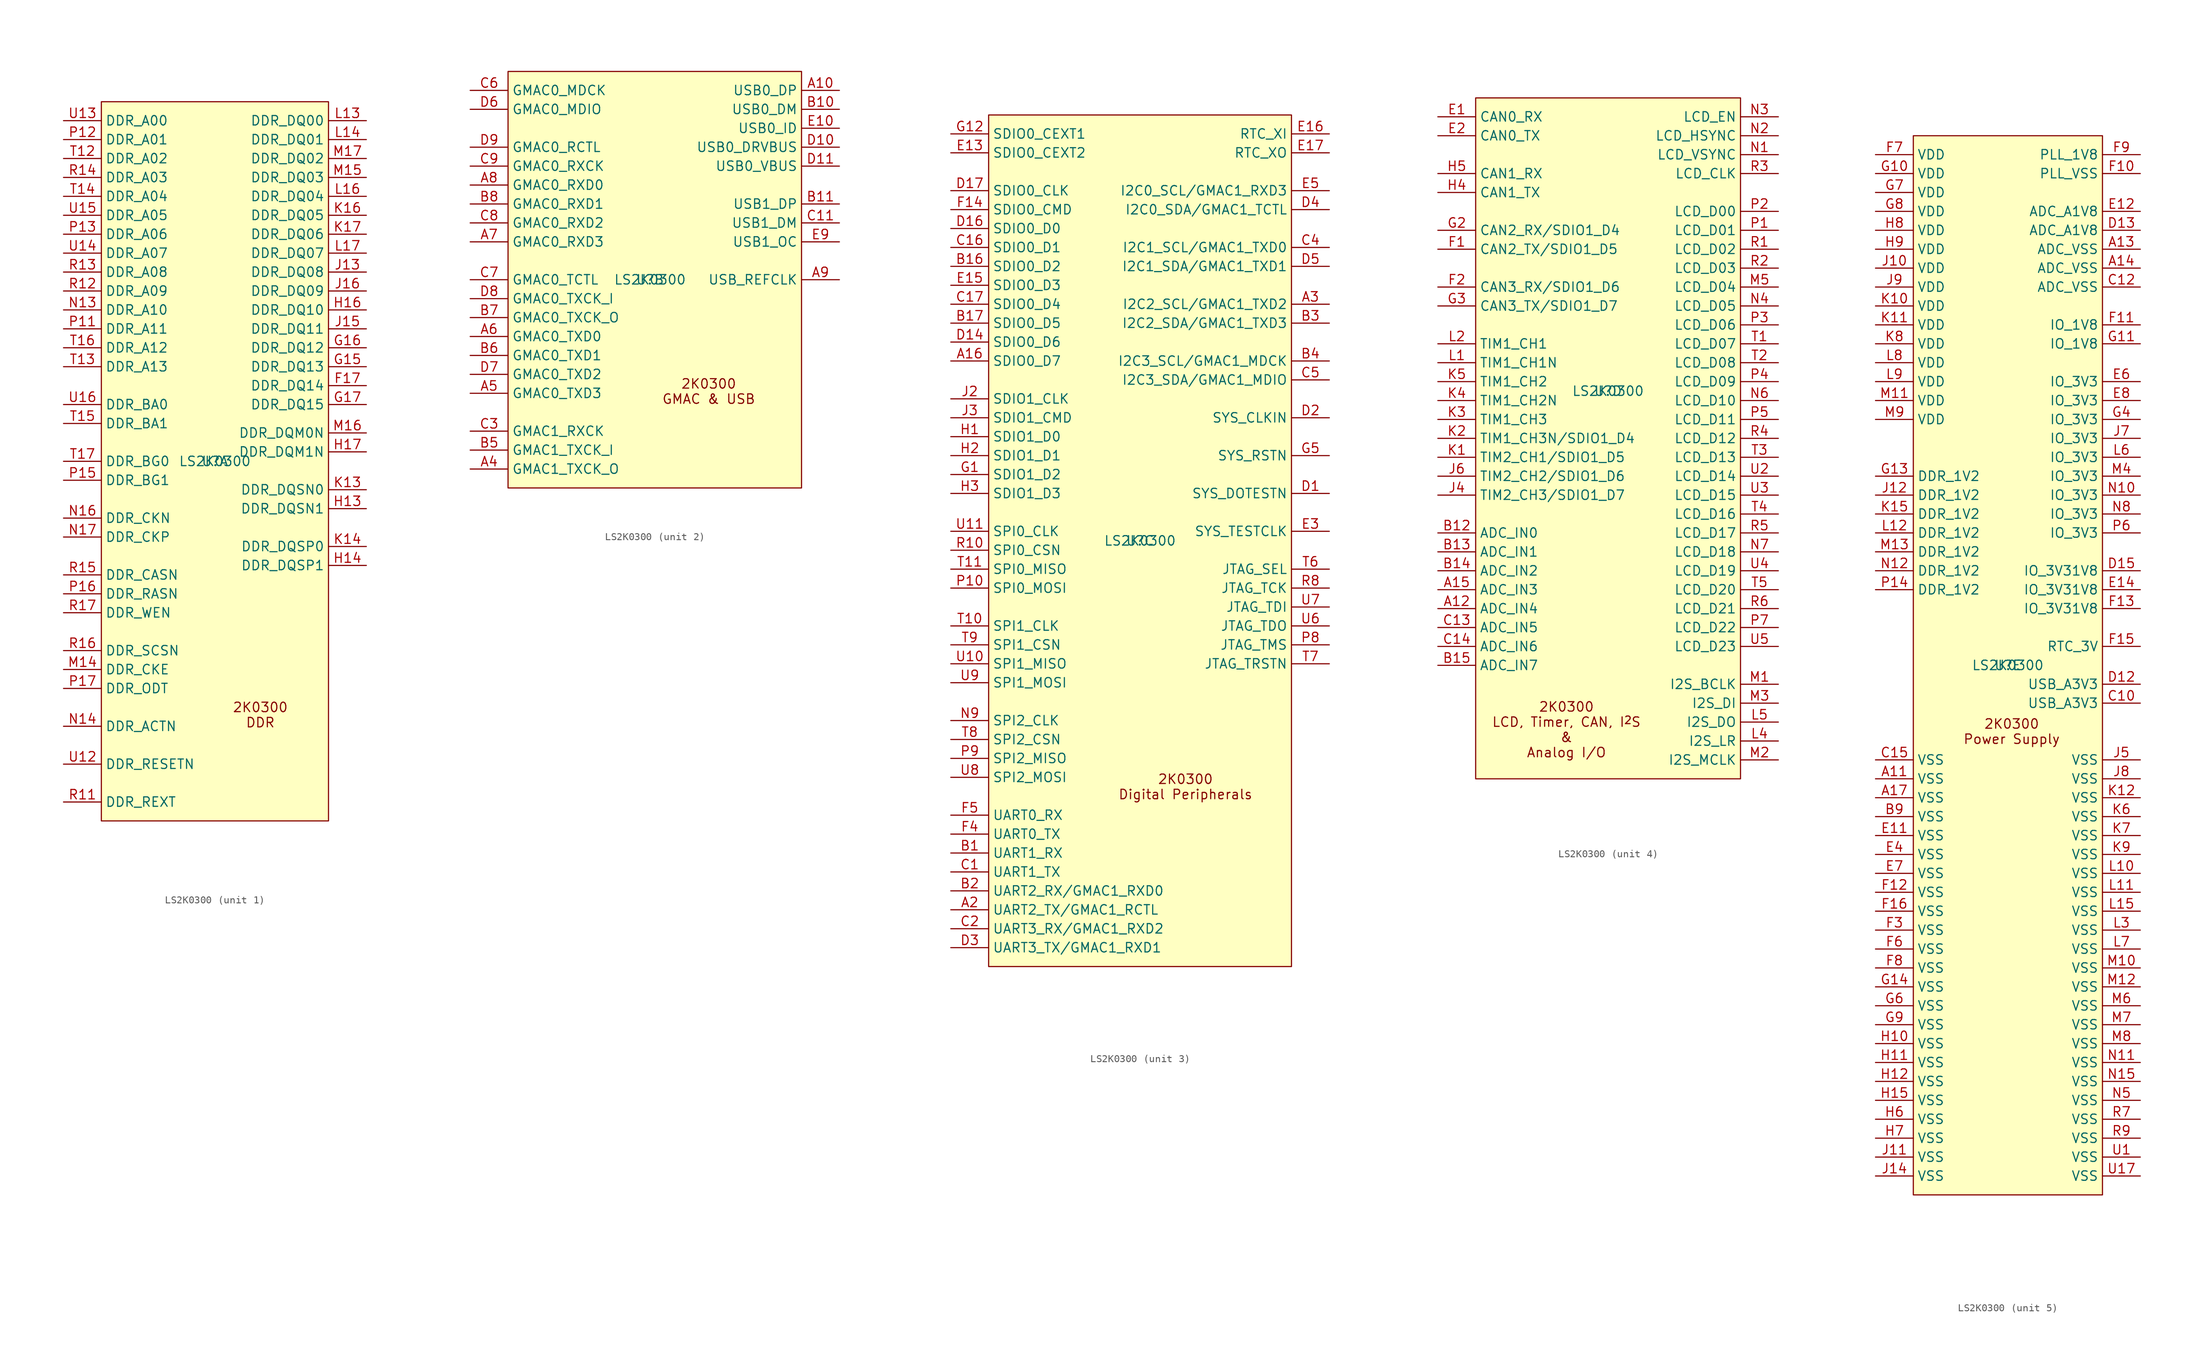
<source format=kicad_sym>
(kicad_symbol_lib
  (version 20231120)
  (generator "kicad_symbol_editor")
  (generator_version "8.0")
  (symbol "LS2K0300"
    (property "Reference" "U"
      (at 0 0 0)
      (effects (font (size 1.27 1.27))))
    (property "Value" "LS2K0300"
      (at 0 0 0)
      (do_not_autoplace)
      (effects (font (size 1.27 1.27))))
    (property "ki_locked" ""
      (at 0 0 0)
      (effects (font (size 1.27 1.27))))
    (symbol "LS2K0300_1_1"
      (rectangle (start -15.24 48.26) (end 15.24 -48.26) (stroke (width 0) (type default)) (fill (type background)))
      (text "2K0300\nDDR" (at 6.096 -34.036 0) (effects (font (size 1.27 1.27))))
      (pin input line (at 20.32 10.16 180) (length 5.08) (name "DDR_DQ14" (effects (font (size 1.27 1.27)))) (number "F17" (effects (font (size 1.27 1.27)))))
      (pin input line (at 20.32 12.7 180) (length 5.08) (name "DDR_DQ13" (effects (font (size 1.27 1.27)))) (number "G15" (effects (font (size 1.27 1.27)))))
      (pin input line (at 20.32 15.24 180) (length 5.08) (name "DDR_DQ12" (effects (font (size 1.27 1.27)))) (number "G16" (effects (font (size 1.27 1.27)))))
      (pin input line (at 20.32 7.62 180) (length 5.08) (name "DDR_DQ15" (effects (font (size 1.27 1.27)))) (number "G17" (effects (font (size 1.27 1.27)))))
      (pin input line (at 20.32 -6.35 180) (length 5.08) (name "DDR_DQSN1" (effects (font (size 1.27 1.27)))) (number "H13" (effects (font (size 1.27 1.27)))))
      (pin input line (at 20.32 -13.97 180) (length 5.08) (name "DDR_DQSP1" (effects (font (size 1.27 1.27)))) (number "H14" (effects (font (size 1.27 1.27)))))
      (pin input line (at 20.32 20.32 180) (length 5.08) (name "DDR_DQ10" (effects (font (size 1.27 1.27)))) (number "H16" (effects (font (size 1.27 1.27)))))
      (pin input line (at 20.32 1.27 180) (length 5.08) (name "DDR_DQM1N" (effects (font (size 1.27 1.27)))) (number "H17" (effects (font (size 1.27 1.27)))))
      (pin input line (at 20.32 25.4 180) (length 5.08) (name "DDR_DQ08" (effects (font (size 1.27 1.27)))) (number "J13" (effects (font (size 1.27 1.27)))))
      (pin input line (at 20.32 17.78 180) (length 5.08) (name "DDR_DQ11" (effects (font (size 1.27 1.27)))) (number "J15" (effects (font (size 1.27 1.27)))))
      (pin input line (at 20.32 22.86 180) (length 5.08) (name "DDR_DQ09" (effects (font (size 1.27 1.27)))) (number "J16" (effects (font (size 1.27 1.27)))))
      (pin input line (at 20.32 -3.81 180) (length 5.08) (name "DDR_DQSN0" (effects (font (size 1.27 1.27)))) (number "K13" (effects (font (size 1.27 1.27)))))
      (pin input line (at 20.32 -11.43 180) (length 5.08) (name "DDR_DQSP0" (effects (font (size 1.27 1.27)))) (number "K14" (effects (font (size 1.27 1.27)))))
      (pin input line (at 20.32 33.02 180) (length 5.08) (name "DDR_DQ05" (effects (font (size 1.27 1.27)))) (number "K16" (effects (font (size 1.27 1.27)))))
      (pin input line (at 20.32 30.48 180) (length 5.08) (name "DDR_DQ06" (effects (font (size 1.27 1.27)))) (number "K17" (effects (font (size 1.27 1.27)))))
      (pin input line (at 20.32 45.72 180) (length 5.08) (name "DDR_DQ00" (effects (font (size 1.27 1.27)))) (number "L13" (effects (font (size 1.27 1.27)))))
      (pin input line (at 20.32 43.18 180) (length 5.08) (name "DDR_DQ01" (effects (font (size 1.27 1.27)))) (number "L14" (effects (font (size 1.27 1.27)))))
      (pin input line (at 20.32 35.56 180) (length 5.08) (name "DDR_DQ04" (effects (font (size 1.27 1.27)))) (number "L16" (effects (font (size 1.27 1.27)))))
      (pin input line (at 20.32 27.94 180) (length 5.08) (name "DDR_DQ07" (effects (font (size 1.27 1.27)))) (number "L17" (effects (font (size 1.27 1.27)))))
      (pin input line (at -20.32 -27.94 0) (length 5.08) (name "DDR_CKE" (effects (font (size 1.27 1.27)))) (number "M14" (effects (font (size 1.27 1.27)))))
      (pin input line (at 20.32 38.1 180) (length 5.08) (name "DDR_DQ03" (effects (font (size 1.27 1.27)))) (number "M15" (effects (font (size 1.27 1.27)))))
      (pin input line (at 20.32 3.81 180) (length 5.08) (name "DDR_DQM0N" (effects (font (size 1.27 1.27)))) (number "M16" (effects (font (size 1.27 1.27)))))
      (pin input line (at 20.32 40.64 180) (length 5.08) (name "DDR_DQ02" (effects (font (size 1.27 1.27)))) (number "M17" (effects (font (size 1.27 1.27)))))
      (pin input line (at -20.32 20.32 0) (length 5.08) (name "DDR_A10" (effects (font (size 1.27 1.27)))) (number "N13" (effects (font (size 1.27 1.27)))))
      (pin input line (at -20.32 -35.56 0) (length 5.08) (name "DDR_ACTN" (effects (font (size 1.27 1.27)))) (number "N14" (effects (font (size 1.27 1.27)))))
      (pin input line (at -20.32 -7.62 0) (length 5.08) (name "DDR_CKN" (effects (font (size 1.27 1.27)))) (number "N16" (effects (font (size 1.27 1.27)))))
      (pin input line (at -20.32 -10.16 0) (length 5.08) (name "DDR_CKP" (effects (font (size 1.27 1.27)))) (number "N17" (effects (font (size 1.27 1.27)))))
      (pin input line (at -20.32 17.78 0) (length 5.08) (name "DDR_A11" (effects (font (size 1.27 1.27)))) (number "P11" (effects (font (size 1.27 1.27)))))
      (pin input line (at -20.32 43.18 0) (length 5.08) (name "DDR_A01" (effects (font (size 1.27 1.27)))) (number "P12" (effects (font (size 1.27 1.27)))))
      (pin input line (at -20.32 30.48 0) (length 5.08) (name "DDR_A06" (effects (font (size 1.27 1.27)))) (number "P13" (effects (font (size 1.27 1.27)))))
      (pin input line (at -20.32 -2.54 0) (length 5.08) (name "DDR_BG1" (effects (font (size 1.27 1.27)))) (number "P15" (effects (font (size 1.27 1.27)))))
      (pin input line (at -20.32 -17.78 0) (length 5.08) (name "DDR_RASN" (effects (font (size 1.27 1.27)))) (number "P16" (effects (font (size 1.27 1.27)))))
      (pin input line (at -20.32 -30.48 0) (length 5.08) (name "DDR_ODT" (effects (font (size 1.27 1.27)))) (number "P17" (effects (font (size 1.27 1.27)))))
      (pin input line (at -20.32 -45.72 0) (length 5.08) (name "DDR_REXT" (effects (font (size 1.27 1.27)))) (number "R11" (effects (font (size 1.27 1.27)))))
      (pin input line (at -20.32 22.86 0) (length 5.08) (name "DDR_A09" (effects (font (size 1.27 1.27)))) (number "R12" (effects (font (size 1.27 1.27)))))
      (pin input line (at -20.32 25.4 0) (length 5.08) (name "DDR_A08" (effects (font (size 1.27 1.27)))) (number "R13" (effects (font (size 1.27 1.27)))))
      (pin input line (at -20.32 38.1 0) (length 5.08) (name "DDR_A03" (effects (font (size 1.27 1.27)))) (number "R14" (effects (font (size 1.27 1.27)))))
      (pin input line (at -20.32 -15.24 0) (length 5.08) (name "DDR_CASN" (effects (font (size 1.27 1.27)))) (number "R15" (effects (font (size 1.27 1.27)))))
      (pin input line (at -20.32 -25.4 0) (length 5.08) (name "DDR_SCSN" (effects (font (size 1.27 1.27)))) (number "R16" (effects (font (size 1.27 1.27)))))
      (pin input line (at -20.32 -20.32 0) (length 5.08) (name "DDR_WEN" (effects (font (size 1.27 1.27)))) (number "R17" (effects (font (size 1.27 1.27)))))
      (pin input line (at -20.32 40.64 0) (length 5.08) (name "DDR_A02" (effects (font (size 1.27 1.27)))) (number "T12" (effects (font (size 1.27 1.27)))))
      (pin input line (at -20.32 12.7 0) (length 5.08) (name "DDR_A13" (effects (font (size 1.27 1.27)))) (number "T13" (effects (font (size 1.27 1.27)))))
      (pin input line (at -20.32 35.56 0) (length 5.08) (name "DDR_A04" (effects (font (size 1.27 1.27)))) (number "T14" (effects (font (size 1.27 1.27)))))
      (pin input line (at -20.32 5.08 0) (length 5.08) (name "DDR_BA1" (effects (font (size 1.27 1.27)))) (number "T15" (effects (font (size 1.27 1.27)))))
      (pin input line (at -20.32 15.24 0) (length 5.08) (name "DDR_A12" (effects (font (size 1.27 1.27)))) (number "T16" (effects (font (size 1.27 1.27)))))
      (pin input line (at -20.32 0 0) (length 5.08) (name "DDR_BG0" (effects (font (size 1.27 1.27)))) (number "T17" (effects (font (size 1.27 1.27)))))
      (pin input line (at -20.32 -40.64 0) (length 5.08) (name "DDR_RESETN" (effects (font (size 1.27 1.27)))) (number "U12" (effects (font (size 1.27 1.27)))))
      (pin input line (at -20.32 45.72 0) (length 5.08) (name "DDR_A00" (effects (font (size 1.27 1.27)))) (number "U13" (effects (font (size 1.27 1.27)))))
      (pin input line (at -20.32 27.94 0) (length 5.08) (name "DDR_A07" (effects (font (size 1.27 1.27)))) (number "U14" (effects (font (size 1.27 1.27)))))
      (pin input line (at -20.32 33.02 0) (length 5.08) (name "DDR_A05" (effects (font (size 1.27 1.27)))) (number "U15" (effects (font (size 1.27 1.27)))))
      (pin input line (at -20.32 7.62 0) (length 5.08) (name "DDR_BA0" (effects (font (size 1.27 1.27)))) (number "U16" (effects (font (size 1.27 1.27))))))
    (symbol "LS2K0300_2_1"
      (rectangle (start -19.05 27.94) (end 20.32 -27.94) (stroke (width 0) (type default)) (fill (type background)))
      (text "2K0300\nGMAC & USB" (at 7.874 -14.986 0) (effects (font (size 1.27 1.27))))
      (pin bidirectional line (at 25.4 25.4 180) (length 5.08) (name "USB0_DP" (effects (font (size 1.27 1.27)))) (number "A10" (effects (font (size 1.27 1.27)))))
      (pin output line (at -24.13 -25.4 0) (length 5.08) (name "GMAC1_TXCK_O" (effects (font (size 1.27 1.27)))) (number "A4" (effects (font (size 1.27 1.27)))))
      (pin output line (at -24.13 -15.24 0) (length 5.08) (name "GMAC0_TXD3" (effects (font (size 1.27 1.27)))) (number "A5" (effects (font (size 1.27 1.27)))))
      (pin output line (at -24.13 -7.62 0) (length 5.08) (name "GMAC0_TXD0" (effects (font (size 1.27 1.27)))) (number "A6" (effects (font (size 1.27 1.27)))))
      (pin input line (at -24.13 5.08 0) (length 5.08) (name "GMAC0_RXD3" (effects (font (size 1.27 1.27)))) (number "A7" (effects (font (size 1.27 1.27)))))
      (pin input line (at -24.13 12.7 0) (length 5.08) (name "GMAC0_RXD0" (effects (font (size 1.27 1.27)))) (number "A8" (effects (font (size 1.27 1.27)))))
      (pin input line (at 25.4 0 180) (length 5.08) (name "USB_REFCLK" (effects (font (size 1.27 1.27)))) (number "A9" (effects (font (size 1.27 1.27)))))
      (pin bidirectional line (at 25.4 22.86 180) (length 5.08) (name "USB0_DM" (effects (font (size 1.27 1.27)))) (number "B10" (effects (font (size 1.27 1.27)))))
      (pin bidirectional line (at 25.4 10.16 180) (length 5.08) (name "USB1_DP" (effects (font (size 1.27 1.27)))) (number "B11" (effects (font (size 1.27 1.27)))))
      (pin output line (at -24.13 -22.86 0) (length 5.08) (name "GMAC1_TXCK_I" (effects (font (size 1.27 1.27)))) (number "B5" (effects (font (size 1.27 1.27)))))
      (pin output line (at -24.13 -10.16 0) (length 5.08) (name "GMAC0_TXD1" (effects (font (size 1.27 1.27)))) (number "B6" (effects (font (size 1.27 1.27)))))
      (pin output line (at -24.13 -5.08 0) (length 5.08) (name "GMAC0_TXCK_O" (effects (font (size 1.27 1.27)))) (number "B7" (effects (font (size 1.27 1.27)))))
      (pin input line (at -24.13 10.16 0) (length 5.08) (name "GMAC0_RXD1" (effects (font (size 1.27 1.27)))) (number "B8" (effects (font (size 1.27 1.27)))))
      (pin bidirectional line (at 25.4 7.62 180) (length 5.08) (name "USB1_DM" (effects (font (size 1.27 1.27)))) (number "C11" (effects (font (size 1.27 1.27)))))
      (pin input line (at -24.13 -20.32 0) (length 5.08) (name "GMAC1_RXCK" (effects (font (size 1.27 1.27)))) (number "C3" (effects (font (size 1.27 1.27)))))
      (pin input line (at -24.13 25.4 0) (length 5.08) (name "GMAC0_MDCK" (effects (font (size 1.27 1.27)))) (number "C6" (effects (font (size 1.27 1.27)))))
      (pin output line (at -24.13 0 0) (length 5.08) (name "GMAC0_TCTL" (effects (font (size 1.27 1.27)))) (number "C7" (effects (font (size 1.27 1.27)))))
      (pin input line (at -24.13 7.62 0) (length 5.08) (name "GMAC0_RXD2" (effects (font (size 1.27 1.27)))) (number "C8" (effects (font (size 1.27 1.27)))))
      (pin input line (at -24.13 15.24 0) (length 5.08) (name "GMAC0_RXCK" (effects (font (size 1.27 1.27)))) (number "C9" (effects (font (size 1.27 1.27)))))
      (pin power_out line (at 25.4 17.78 180) (length 5.08) (name "USB0_DRVBUS" (effects (font (size 1.27 1.27)))) (number "D10" (effects (font (size 1.27 1.27)))))
      (pin power_in line (at 25.4 15.24 180) (length 5.08) (name "USB0_VBUS" (effects (font (size 1.27 1.27)))) (number "D11" (effects (font (size 1.27 1.27)))))
      (pin bidirectional line (at -24.13 22.86 0) (length 5.08) (name "GMAC0_MDIO" (effects (font (size 1.27 1.27)))) (number "D6" (effects (font (size 1.27 1.27)))))
      (pin output line (at -24.13 -12.7 0) (length 5.08) (name "GMAC0_TXD2" (effects (font (size 1.27 1.27)))) (number "D7" (effects (font (size 1.27 1.27)))))
      (pin input line (at -24.13 -2.54 0) (length 5.08) (name "GMAC0_TXCK_I" (effects (font (size 1.27 1.27)))) (number "D8" (effects (font (size 1.27 1.27)))))
      (pin input line (at -24.13 17.78 0) (length 5.08) (name "GMAC0_RCTL" (effects (font (size 1.27 1.27)))) (number "D9" (effects (font (size 1.27 1.27)))))
      (pin input line (at 25.4 20.32 180) (length 5.08) (name "USB0_ID" (effects (font (size 1.27 1.27)))) (number "E10" (effects (font (size 1.27 1.27)))))
      (pin input line (at 25.4 5.08 180) (length 5.08) (name "USB1_OC" (effects (font (size 1.27 1.27)))) (number "E9" (effects (font (size 1.27 1.27))))))
    (symbol "LS2K0300_3_1"
      (rectangle (start -20.32 57.15) (end 20.32 -57.15) (stroke (width 0) (type default)) (fill (type background)))
      (text "2K0300\nDigital Peripherals" (at 6.096 -33.02 0) (effects (font (size 1.27 1.27))))
      (pin input line (at -25.4 24.13 0) (length 5.08) (name "SDIO0_D7" (effects (font (size 1.27 1.27)))) (number "A16" (effects (font (size 1.27 1.27)))))
      (pin input line (at -25.4 -49.53 0) (length 5.08) (name "UART2_TX/GMAC1_RCTL" (effects (font (size 1.27 1.27)))) (number "A2" (effects (font (size 1.27 1.27)))))
      (pin input line (at 25.4 31.75 180) (length 5.08) (name "I2C2_SCL/GMAC1_TXD2" (effects (font (size 1.27 1.27)))) (number "A3" (effects (font (size 1.27 1.27)))))
      (pin input line (at -25.4 -41.91 0) (length 5.08) (name "UART1_RX" (effects (font (size 1.27 1.27)))) (number "B1" (effects (font (size 1.27 1.27)))))
      (pin input line (at -25.4 36.83 0) (length 5.08) (name "SDIO0_D2" (effects (font (size 1.27 1.27)))) (number "B16" (effects (font (size 1.27 1.27)))))
      (pin input line (at -25.4 29.21 0) (length 5.08) (name "SDIO0_D5" (effects (font (size 1.27 1.27)))) (number "B17" (effects (font (size 1.27 1.27)))))
      (pin input line (at -25.4 -46.99 0) (length 5.08) (name "UART2_RX/GMAC1_RXD0" (effects (font (size 1.27 1.27)))) (number "B2" (effects (font (size 1.27 1.27)))))
      (pin input line (at 25.4 29.21 180) (length 5.08) (name "I2C2_SDA/GMAC1_TXD3" (effects (font (size 1.27 1.27)))) (number "B3" (effects (font (size 1.27 1.27)))))
      (pin input line (at 25.4 24.13 180) (length 5.08) (name "I2C3_SCL/GMAC1_MDCK" (effects (font (size 1.27 1.27)))) (number "B4" (effects (font (size 1.27 1.27)))))
      (pin output line (at -25.4 -44.45 0) (length 5.08) (name "UART1_TX" (effects (font (size 1.27 1.27)))) (number "C1" (effects (font (size 1.27 1.27)))))
      (pin input line (at -25.4 39.37 0) (length 5.08) (name "SDIO0_D1" (effects (font (size 1.27 1.27)))) (number "C16" (effects (font (size 1.27 1.27)))))
      (pin input line (at -25.4 31.75 0) (length 5.08) (name "SDIO0_D4" (effects (font (size 1.27 1.27)))) (number "C17" (effects (font (size 1.27 1.27)))))
      (pin input line (at -25.4 -52.07 0) (length 5.08) (name "UART3_RX/GMAC1_RXD2" (effects (font (size 1.27 1.27)))) (number "C2" (effects (font (size 1.27 1.27)))))
      (pin input line (at 25.4 39.37 180) (length 5.08) (name "I2C1_SCL/GMAC1_TXD0" (effects (font (size 1.27 1.27)))) (number "C4" (effects (font (size 1.27 1.27)))))
      (pin input line (at 25.4 21.59 180) (length 5.08) (name "I2C3_SDA/GMAC1_MDIO" (effects (font (size 1.27 1.27)))) (number "C5" (effects (font (size 1.27 1.27)))))
      (pin input line (at 25.4 6.35 180) (length 5.08) (name "SYS_DOTESTN" (effects (font (size 1.27 1.27)))) (number "D1" (effects (font (size 1.27 1.27)))))
      (pin input line (at -25.4 26.67 0) (length 5.08) (name "SDIO0_D6" (effects (font (size 1.27 1.27)))) (number "D14" (effects (font (size 1.27 1.27)))))
      (pin input line (at -25.4 41.91 0) (length 5.08) (name "SDIO0_D0" (effects (font (size 1.27 1.27)))) (number "D16" (effects (font (size 1.27 1.27)))))
      (pin output line (at -25.4 46.99 0) (length 5.08) (name "SDIO0_CLK" (effects (font (size 1.27 1.27)))) (number "D17" (effects (font (size 1.27 1.27)))))
      (pin input line (at 25.4 16.51 180) (length 5.08) (name "SYS_CLKIN" (effects (font (size 1.27 1.27)))) (number "D2" (effects (font (size 1.27 1.27)))))
      (pin input line (at -25.4 -54.61 0) (length 5.08) (name "UART3_TX/GMAC1_RXD1" (effects (font (size 1.27 1.27)))) (number "D3" (effects (font (size 1.27 1.27)))))
      (pin input line (at 25.4 44.45 180) (length 5.08) (name "I2C0_SDA/GMAC1_TCTL" (effects (font (size 1.27 1.27)))) (number "D4" (effects (font (size 1.27 1.27)))))
      (pin input line (at 25.4 36.83 180) (length 5.08) (name "I2C1_SDA/GMAC1_TXD1" (effects (font (size 1.27 1.27)))) (number "D5" (effects (font (size 1.27 1.27)))))
      (pin input line (at -25.4 52.07 0) (length 5.08) (name "SDIO0_CEXT2" (effects (font (size 1.27 1.27)))) (number "E13" (effects (font (size 1.27 1.27)))))
      (pin input line (at -25.4 34.29 0) (length 5.08) (name "SDIO0_D3" (effects (font (size 1.27 1.27)))) (number "E15" (effects (font (size 1.27 1.27)))))
      (pin input line (at 25.4 54.61 180) (length 5.08) (name "RTC_XI" (effects (font (size 1.27 1.27)))) (number "E16" (effects (font (size 1.27 1.27)))))
      (pin output line (at 25.4 52.07 180) (length 5.08) (name "RTC_XO" (effects (font (size 1.27 1.27)))) (number "E17" (effects (font (size 1.27 1.27)))))
      (pin input line (at 25.4 1.27 180) (length 5.08) (name "SYS_TESTCLK" (effects (font (size 1.27 1.27)))) (number "E3" (effects (font (size 1.27 1.27)))))
      (pin input line (at 25.4 46.99 180) (length 5.08) (name "I2C0_SCL/GMAC1_RXD3" (effects (font (size 1.27 1.27)))) (number "E5" (effects (font (size 1.27 1.27)))))
      (pin output line (at -25.4 44.45 0) (length 5.08) (name "SDIO0_CMD" (effects (font (size 1.27 1.27)))) (number "F14" (effects (font (size 1.27 1.27)))))
      (pin output line (at -25.4 -39.37 0) (length 5.08) (name "UART0_TX" (effects (font (size 1.27 1.27)))) (number "F4" (effects (font (size 1.27 1.27)))))
      (pin input line (at -25.4 -36.83 0) (length 5.08) (name "UART0_RX" (effects (font (size 1.27 1.27)))) (number "F5" (effects (font (size 1.27 1.27)))))
      (pin input line (at -25.4 8.89 0) (length 5.08) (name "SDIO1_D2" (effects (font (size 1.27 1.27)))) (number "G1" (effects (font (size 1.27 1.27)))))
      (pin input line (at -25.4 54.61 0) (length 5.08) (name "SDIO0_CEXT1" (effects (font (size 1.27 1.27)))) (number "G12" (effects (font (size 1.27 1.27)))))
      (pin input line (at 25.4 11.43 180) (length 5.08) (name "SYS_RSTN" (effects (font (size 1.27 1.27)))) (number "G5" (effects (font (size 1.27 1.27)))))
      (pin input line (at -25.4 13.97 0) (length 5.08) (name "SDIO1_D0" (effects (font (size 1.27 1.27)))) (number "H1" (effects (font (size 1.27 1.27)))))
      (pin input line (at -25.4 11.43 0) (length 5.08) (name "SDIO1_D1" (effects (font (size 1.27 1.27)))) (number "H2" (effects (font (size 1.27 1.27)))))
      (pin input line (at -25.4 6.35 0) (length 5.08) (name "SDIO1_D3" (effects (font (size 1.27 1.27)))) (number "H3" (effects (font (size 1.27 1.27)))))
      (pin output line (at -25.4 19.05 0) (length 5.08) (name "SDIO1_CLK" (effects (font (size 1.27 1.27)))) (number "J2" (effects (font (size 1.27 1.27)))))
      (pin output line (at -25.4 16.51 0) (length 5.08) (name "SDIO1_CMD" (effects (font (size 1.27 1.27)))) (number "J3" (effects (font (size 1.27 1.27)))))
      (pin output line (at -25.4 -24.13 0) (length 5.08) (name "SPI2_CLK" (effects (font (size 1.27 1.27)))) (number "N9" (effects (font (size 1.27 1.27)))))
      (pin output line (at -25.4 -6.35 0) (length 5.08) (name "SPI0_MOSI" (effects (font (size 1.27 1.27)))) (number "P10" (effects (font (size 1.27 1.27)))))
      (pin input line (at 25.4 -13.97 180) (length 5.08) (name "JTAG_TMS" (effects (font (size 1.27 1.27)))) (number "P8" (effects (font (size 1.27 1.27)))))
      (pin input line (at -25.4 -29.21 0) (length 5.08) (name "SPI2_MISO" (effects (font (size 1.27 1.27)))) (number "P9" (effects (font (size 1.27 1.27)))))
      (pin output line (at -25.4 -1.27 0) (length 5.08) (name "SPI0_CSN" (effects (font (size 1.27 1.27)))) (number "R10" (effects (font (size 1.27 1.27)))))
      (pin input line (at 25.4 -6.35 180) (length 5.08) (name "JTAG_TCK" (effects (font (size 1.27 1.27)))) (number "R8" (effects (font (size 1.27 1.27)))))
      (pin output line (at -25.4 -11.43 0) (length 5.08) (name "SPI1_CLK" (effects (font (size 1.27 1.27)))) (number "T10" (effects (font (size 1.27 1.27)))))
      (pin input line (at -25.4 -3.81 0) (length 5.08) (name "SPI0_MISO" (effects (font (size 1.27 1.27)))) (number "T11" (effects (font (size 1.27 1.27)))))
      (pin input line (at 25.4 -3.81 180) (length 5.08) (name "JTAG_SEL" (effects (font (size 1.27 1.27)))) (number "T6" (effects (font (size 1.27 1.27)))))
      (pin input line (at 25.4 -16.51 180) (length 5.08) (name "JTAG_TRSTN" (effects (font (size 1.27 1.27)))) (number "T7" (effects (font (size 1.27 1.27)))))
      (pin output line (at -25.4 -26.67 0) (length 5.08) (name "SPI2_CSN" (effects (font (size 1.27 1.27)))) (number "T8" (effects (font (size 1.27 1.27)))))
      (pin output line (at -25.4 -13.97 0) (length 5.08) (name "SPI1_CSN" (effects (font (size 1.27 1.27)))) (number "T9" (effects (font (size 1.27 1.27)))))
      (pin input line (at -25.4 -16.51 0) (length 5.08) (name "SPI1_MISO" (effects (font (size 1.27 1.27)))) (number "U10" (effects (font (size 1.27 1.27)))))
      (pin output line (at -25.4 1.27 0) (length 5.08) (name "SPI0_CLK" (effects (font (size 1.27 1.27)))) (number "U11" (effects (font (size 1.27 1.27)))))
      (pin input line (at 25.4 -11.43 180) (length 5.08) (name "JTAG_TDO" (effects (font (size 1.27 1.27)))) (number "U6" (effects (font (size 1.27 1.27)))))
      (pin input line (at 25.4 -8.89 180) (length 5.08) (name "JTAG_TDI" (effects (font (size 1.27 1.27)))) (number "U7" (effects (font (size 1.27 1.27)))))
      (pin output line (at -25.4 -31.75 0) (length 5.08) (name "SPI2_MOSI" (effects (font (size 1.27 1.27)))) (number "U8" (effects (font (size 1.27 1.27)))))
      (pin output line (at -25.4 -19.05 0) (length 5.08) (name "SPI1_MOSI" (effects (font (size 1.27 1.27)))) (number "U9" (effects (font (size 1.27 1.27))))))
    (symbol "LS2K0300_4_1"
      (rectangle (start -17.78 39.37) (end 17.78 -52.07) (stroke (width 0) (type default)) (fill (type background)))
      (text "2K0300\nLCD, Timer, CAN, I^{2}S\n&\nAnalog I/O" (at -5.588 -45.466 0) (effects (font (size 1.27 1.27))))
      (pin input line (at -22.86 -29.21 0) (length 5.08) (name "ADC_IN4" (effects (font (size 1.27 1.27)))) (number "A12" (effects (font (size 1.27 1.27)))))
      (pin input line (at -22.86 -26.67 0) (length 5.08) (name "ADC_IN3" (effects (font (size 1.27 1.27)))) (number "A15" (effects (font (size 1.27 1.27)))))
      (pin input line (at -22.86 -19.05 0) (length 5.08) (name "ADC_IN0" (effects (font (size 1.27 1.27)))) (number "B12" (effects (font (size 1.27 1.27)))))
      (pin input line (at -22.86 -21.59 0) (length 5.08) (name "ADC_IN1" (effects (font (size 1.27 1.27)))) (number "B13" (effects (font (size 1.27 1.27)))))
      (pin input line (at -22.86 -24.13 0) (length 5.08) (name "ADC_IN2" (effects (font (size 1.27 1.27)))) (number "B14" (effects (font (size 1.27 1.27)))))
      (pin input line (at -22.86 -36.83 0) (length 5.08) (name "ADC_IN7" (effects (font (size 1.27 1.27)))) (number "B15" (effects (font (size 1.27 1.27)))))
      (pin input line (at -22.86 -31.75 0) (length 5.08) (name "ADC_IN5" (effects (font (size 1.27 1.27)))) (number "C13" (effects (font (size 1.27 1.27)))))
      (pin input line (at -22.86 -34.29 0) (length 5.08) (name "ADC_IN6" (effects (font (size 1.27 1.27)))) (number "C14" (effects (font (size 1.27 1.27)))))
      (pin input line (at -22.86 36.83 0) (length 5.08) (name "CAN0_RX" (effects (font (size 1.27 1.27)))) (number "E1" (effects (font (size 1.27 1.27)))))
      (pin output line (at -22.86 34.29 0) (length 5.08) (name "CAN0_TX" (effects (font (size 1.27 1.27)))) (number "E2" (effects (font (size 1.27 1.27)))))
      (pin input line (at -22.86 19.05 0) (length 5.08) (name "CAN2_TX/SDIO1_D5" (effects (font (size 1.27 1.27)))) (number "F1" (effects (font (size 1.27 1.27)))))
      (pin input line (at -22.86 13.97 0) (length 5.08) (name "CAN3_RX/SDIO1_D6" (effects (font (size 1.27 1.27)))) (number "F2" (effects (font (size 1.27 1.27)))))
      (pin input line (at -22.86 21.59 0) (length 5.08) (name "CAN2_RX/SDIO1_D4" (effects (font (size 1.27 1.27)))) (number "G2" (effects (font (size 1.27 1.27)))))
      (pin input line (at -22.86 11.43 0) (length 5.08) (name "CAN3_TX/SDIO1_D7" (effects (font (size 1.27 1.27)))) (number "G3" (effects (font (size 1.27 1.27)))))
      (pin output line (at -22.86 26.67 0) (length 5.08) (name "CAN1_TX" (effects (font (size 1.27 1.27)))) (number "H4" (effects (font (size 1.27 1.27)))))
      (pin input line (at -22.86 29.21 0) (length 5.08) (name "CAN1_RX" (effects (font (size 1.27 1.27)))) (number "H5" (effects (font (size 1.27 1.27)))))
      (pin bidirectional line (at -22.86 -13.97 0) (length 5.08) (name "TIM2_CH3/SDIO1_D7" (effects (font (size 1.27 1.27)))) (number "J4" (effects (font (size 1.27 1.27)))))
      (pin bidirectional line (at -22.86 -11.43 0) (length 5.08) (name "TIM2_CH2/SDIO1_D6" (effects (font (size 1.27 1.27)))) (number "J6" (effects (font (size 1.27 1.27)))))
      (pin bidirectional line (at -22.86 -8.89 0) (length 5.08) (name "TIM2_CH1/SDIO1_D5" (effects (font (size 1.27 1.27)))) (number "K1" (effects (font (size 1.27 1.27)))))
      (pin bidirectional line (at -22.86 -6.35 0) (length 5.08) (name "TIM1_CH3N/SDIO1_D4" (effects (font (size 1.27 1.27)))) (number "K2" (effects (font (size 1.27 1.27)))))
      (pin bidirectional line (at -22.86 -3.81 0) (length 5.08) (name "TIM1_CH3" (effects (font (size 1.27 1.27)))) (number "K3" (effects (font (size 1.27 1.27)))))
      (pin bidirectional line (at -22.86 -1.27 0) (length 5.08) (name "TIM1_CH2N" (effects (font (size 1.27 1.27)))) (number "K4" (effects (font (size 1.27 1.27)))))
      (pin bidirectional line (at -22.86 1.27 0) (length 5.08) (name "TIM1_CH2" (effects (font (size 1.27 1.27)))) (number "K5" (effects (font (size 1.27 1.27)))))
      (pin bidirectional line (at -22.86 3.81 0) (length 5.08) (name "TIM1_CH1N" (effects (font (size 1.27 1.27)))) (number "L1" (effects (font (size 1.27 1.27)))))
      (pin bidirectional line (at -22.86 6.35 0) (length 5.08) (name "TIM1_CH1" (effects (font (size 1.27 1.27)))) (number "L2" (effects (font (size 1.27 1.27)))))
      (pin input line (at 22.86 -46.99 180) (length 5.08) (name "I2S_LR" (effects (font (size 1.27 1.27)))) (number "L4" (effects (font (size 1.27 1.27)))))
      (pin input line (at 22.86 -44.45 180) (length 5.08) (name "I2S_DO" (effects (font (size 1.27 1.27)))) (number "L5" (effects (font (size 1.27 1.27)))))
      (pin input line (at 22.86 -39.37 180) (length 5.08) (name "I2S_BCLK" (effects (font (size 1.27 1.27)))) (number "M1" (effects (font (size 1.27 1.27)))))
      (pin input line (at 22.86 -49.53 180) (length 5.08) (name "I2S_MCLK" (effects (font (size 1.27 1.27)))) (number "M2" (effects (font (size 1.27 1.27)))))
      (pin input line (at 22.86 -41.91 180) (length 5.08) (name "I2S_DI" (effects (font (size 1.27 1.27)))) (number "M3" (effects (font (size 1.27 1.27)))))
      (pin output line (at 22.86 13.97 180) (length 5.08) (name "LCD_D04" (effects (font (size 1.27 1.27)))) (number "M5" (effects (font (size 1.27 1.27)))))
      (pin output line (at 22.86 31.75 180) (length 5.08) (name "LCD_VSYNC" (effects (font (size 1.27 1.27)))) (number "N1" (effects (font (size 1.27 1.27)))))
      (pin output line (at 22.86 34.29 180) (length 5.08) (name "LCD_HSYNC" (effects (font (size 1.27 1.27)))) (number "N2" (effects (font (size 1.27 1.27)))))
      (pin output line (at 22.86 36.83 180) (length 5.08) (name "LCD_EN" (effects (font (size 1.27 1.27)))) (number "N3" (effects (font (size 1.27 1.27)))))
      (pin output line (at 22.86 11.43 180) (length 5.08) (name "LCD_D05" (effects (font (size 1.27 1.27)))) (number "N4" (effects (font (size 1.27 1.27)))))
      (pin output line (at 22.86 -1.27 180) (length 5.08) (name "LCD_D10" (effects (font (size 1.27 1.27)))) (number "N6" (effects (font (size 1.27 1.27)))))
      (pin output line (at 22.86 -21.59 180) (length 5.08) (name "LCD_D18" (effects (font (size 1.27 1.27)))) (number "N7" (effects (font (size 1.27 1.27)))))
      (pin output line (at 22.86 21.59 180) (length 5.08) (name "LCD_D01" (effects (font (size 1.27 1.27)))) (number "P1" (effects (font (size 1.27 1.27)))))
      (pin output line (at 22.86 24.13 180) (length 5.08) (name "LCD_D00" (effects (font (size 1.27 1.27)))) (number "P2" (effects (font (size 1.27 1.27)))))
      (pin output line (at 22.86 8.89 180) (length 5.08) (name "LCD_D06" (effects (font (size 1.27 1.27)))) (number "P3" (effects (font (size 1.27 1.27)))))
      (pin output line (at 22.86 1.27 180) (length 5.08) (name "LCD_D09" (effects (font (size 1.27 1.27)))) (number "P4" (effects (font (size 1.27 1.27)))))
      (pin output line (at 22.86 -3.81 180) (length 5.08) (name "LCD_D11" (effects (font (size 1.27 1.27)))) (number "P5" (effects (font (size 1.27 1.27)))))
      (pin output line (at 22.86 -31.75 180) (length 5.08) (name "LCD_D22" (effects (font (size 1.27 1.27)))) (number "P7" (effects (font (size 1.27 1.27)))))
      (pin output line (at 22.86 19.05 180) (length 5.08) (name "LCD_D02" (effects (font (size 1.27 1.27)))) (number "R1" (effects (font (size 1.27 1.27)))))
      (pin output line (at 22.86 16.51 180) (length 5.08) (name "LCD_D03" (effects (font (size 1.27 1.27)))) (number "R2" (effects (font (size 1.27 1.27)))))
      (pin output line (at 22.86 29.21 180) (length 5.08) (name "LCD_CLK" (effects (font (size 1.27 1.27)))) (number "R3" (effects (font (size 1.27 1.27)))))
      (pin output line (at 22.86 -6.35 180) (length 5.08) (name "LCD_D12" (effects (font (size 1.27 1.27)))) (number "R4" (effects (font (size 1.27 1.27)))))
      (pin output line (at 22.86 -19.05 180) (length 5.08) (name "LCD_D17" (effects (font (size 1.27 1.27)))) (number "R5" (effects (font (size 1.27 1.27)))))
      (pin output line (at 22.86 -29.21 180) (length 5.08) (name "LCD_D21" (effects (font (size 1.27 1.27)))) (number "R6" (effects (font (size 1.27 1.27)))))
      (pin output line (at 22.86 6.35 180) (length 5.08) (name "LCD_D07" (effects (font (size 1.27 1.27)))) (number "T1" (effects (font (size 1.27 1.27)))))
      (pin output line (at 22.86 3.81 180) (length 5.08) (name "LCD_D08" (effects (font (size 1.27 1.27)))) (number "T2" (effects (font (size 1.27 1.27)))))
      (pin output line (at 22.86 -8.89 180) (length 5.08) (name "LCD_D13" (effects (font (size 1.27 1.27)))) (number "T3" (effects (font (size 1.27 1.27)))))
      (pin output line (at 22.86 -16.51 180) (length 5.08) (name "LCD_D16" (effects (font (size 1.27 1.27)))) (number "T4" (effects (font (size 1.27 1.27)))))
      (pin output line (at 22.86 -26.67 180) (length 5.08) (name "LCD_D20" (effects (font (size 1.27 1.27)))) (number "T5" (effects (font (size 1.27 1.27)))))
      (pin output line (at 22.86 -11.43 180) (length 5.08) (name "LCD_D14" (effects (font (size 1.27 1.27)))) (number "U2" (effects (font (size 1.27 1.27)))))
      (pin output line (at 22.86 -13.97 180) (length 5.08) (name "LCD_D15" (effects (font (size 1.27 1.27)))) (number "U3" (effects (font (size 1.27 1.27)))))
      (pin output line (at 22.86 -24.13 180) (length 5.08) (name "LCD_D19" (effects (font (size 1.27 1.27)))) (number "U4" (effects (font (size 1.27 1.27)))))
      (pin output line (at 22.86 -34.29 180) (length 5.08) (name "LCD_D23" (effects (font (size 1.27 1.27)))) (number "U5" (effects (font (size 1.27 1.27))))))
    (symbol "LS2K0300_5_0"
      (pin power_in line (at -17.78 -15.24 0) (length 5.08) (name "VSS" (effects (font (size 1.27 1.27)))) (number "A11" (effects (font (size 1.27 1.27)))))
      (pin power_in line (at -17.78 -17.78 0) (length 5.08) (name "VSS" (effects (font (size 1.27 1.27)))) (number "A17" (effects (font (size 1.27 1.27)))))
      (pin power_in line (at -17.78 -20.32 0) (length 5.08) (name "VSS" (effects (font (size 1.27 1.27)))) (number "B9" (effects (font (size 1.27 1.27)))))
      (pin power_in line (at -17.78 -12.7 0) (length 5.08) (name "VSS" (effects (font (size 1.27 1.27)))) (number "C15" (effects (font (size 1.27 1.27)))))
      (pin power_in line (at -17.78 -22.86 0) (length 5.08) (name "VSS" (effects (font (size 1.27 1.27)))) (number "E11" (effects (font (size 1.27 1.27)))))
      (pin power_in line (at -17.78 -25.4 0) (length 5.08) (name "VSS" (effects (font (size 1.27 1.27)))) (number "E4" (effects (font (size 1.27 1.27)))))
      (pin power_in line (at -17.78 -27.94 0) (length 5.08) (name "VSS" (effects (font (size 1.27 1.27)))) (number "E7" (effects (font (size 1.27 1.27)))))
      (pin power_in line (at -17.78 -30.48 0) (length 5.08) (name "VSS" (effects (font (size 1.27 1.27)))) (number "F12" (effects (font (size 1.27 1.27)))))
      (pin power_in line (at -17.78 -33.02 0) (length 5.08) (name "VSS" (effects (font (size 1.27 1.27)))) (number "F16" (effects (font (size 1.27 1.27)))))
      (pin power_in line (at -17.78 -35.56 0) (length 5.08) (name "VSS" (effects (font (size 1.27 1.27)))) (number "F3" (effects (font (size 1.27 1.27)))))
      (pin power_in line (at -17.78 -38.1 0) (length 5.08) (name "VSS" (effects (font (size 1.27 1.27)))) (number "F6" (effects (font (size 1.27 1.27)))))
      (pin power_in line (at -17.78 -40.64 0) (length 5.08) (name "VSS" (effects (font (size 1.27 1.27)))) (number "F8" (effects (font (size 1.27 1.27)))))
      (pin power_in line (at -17.78 -43.18 0) (length 5.08) (name "VSS" (effects (font (size 1.27 1.27)))) (number "G14" (effects (font (size 1.27 1.27)))))
      (pin power_in line (at -17.78 -45.72 0) (length 5.08) (name "VSS" (effects (font (size 1.27 1.27)))) (number "G6" (effects (font (size 1.27 1.27)))))
      (pin power_in line (at -17.78 -48.26 0) (length 5.08) (name "VSS" (effects (font (size 1.27 1.27)))) (number "G9" (effects (font (size 1.27 1.27)))))
      (pin power_in line (at -17.78 -50.8 0) (length 5.08) (name "VSS" (effects (font (size 1.27 1.27)))) (number "H10" (effects (font (size 1.27 1.27)))))
      (pin power_in line (at -17.78 -53.34 0) (length 5.08) (name "VSS" (effects (font (size 1.27 1.27)))) (number "H11" (effects (font (size 1.27 1.27)))))
      (pin power_in line (at -17.78 -55.88 0) (length 5.08) (name "VSS" (effects (font (size 1.27 1.27)))) (number "H12" (effects (font (size 1.27 1.27)))))
      (pin power_in line (at -17.78 -58.42 0) (length 5.08) (name "VSS" (effects (font (size 1.27 1.27)))) (number "H15" (effects (font (size 1.27 1.27)))))
      (pin power_in line (at -17.78 -60.96 0) (length 5.08) (name "VSS" (effects (font (size 1.27 1.27)))) (number "H6" (effects (font (size 1.27 1.27)))))
      (pin power_in line (at -17.78 -63.5 0) (length 5.08) (name "VSS" (effects (font (size 1.27 1.27)))) (number "H7" (effects (font (size 1.27 1.27)))))
      (pin power_in line (at -17.78 -66.04 0) (length 5.08) (name "VSS" (effects (font (size 1.27 1.27)))) (number "J11" (effects (font (size 1.27 1.27)))))
      (pin power_in line (at -17.78 -68.58 0) (length 5.08) (name "VSS" (effects (font (size 1.27 1.27)))) (number "J14" (effects (font (size 1.27 1.27)))))
      (pin power_in line (at 17.78 -43.18 180) (length 5.08) (name "VSS" (effects (font (size 1.27 1.27)))) (number "M12" (effects (font (size 1.27 1.27)))))
      (pin power_in line (at 17.78 -45.72 180) (length 5.08) (name "VSS" (effects (font (size 1.27 1.27)))) (number "M6" (effects (font (size 1.27 1.27)))))
      (pin power_in line (at 17.78 -48.26 180) (length 5.08) (name "VSS" (effects (font (size 1.27 1.27)))) (number "M7" (effects (font (size 1.27 1.27)))))
      (pin power_in line (at 17.78 -50.8 180) (length 5.08) (name "VSS" (effects (font (size 1.27 1.27)))) (number "M8" (effects (font (size 1.27 1.27)))))
      (pin power_in line (at 17.78 -53.34 180) (length 5.08) (name "VSS" (effects (font (size 1.27 1.27)))) (number "N11" (effects (font (size 1.27 1.27)))))
      (pin power_in line (at 17.78 -55.88 180) (length 5.08) (name "VSS" (effects (font (size 1.27 1.27)))) (number "N15" (effects (font (size 1.27 1.27)))))
      (pin power_in line (at 17.78 -58.42 180) (length 5.08) (name "VSS" (effects (font (size 1.27 1.27)))) (number "N5" (effects (font (size 1.27 1.27)))))
      (pin power_in line (at 17.78 -60.96 180) (length 5.08) (name "VSS" (effects (font (size 1.27 1.27)))) (number "R7" (effects (font (size 1.27 1.27)))))
      (pin power_in line (at 17.78 -63.5 180) (length 5.08) (name "VSS" (effects (font (size 1.27 1.27)))) (number "R9" (effects (font (size 1.27 1.27)))))
      (pin power_in line (at 17.78 -66.04 180) (length 5.08) (name "VSS" (effects (font (size 1.27 1.27)))) (number "U1" (effects (font (size 1.27 1.27)))))
      (pin power_in line (at 17.78 -68.58 180) (length 5.08) (name "VSS" (effects (font (size 1.27 1.27)))) (number "U17" (effects (font (size 1.27 1.27))))))
    (symbol "LS2K0300_5_1"
      (rectangle (start -12.7 71.12) (end 12.7 -71.12) (stroke (width 0) (type default)) (fill (type background)))
      (text "2K0300\nPower Supply" (at 0.508 -8.89 0) (effects (font (size 1.27 1.27))))
      (pin power_in line (at 17.78 55.88 180) (length 5.08) (name "ADC_VSS" (effects (font (size 1.27 1.27)))) (number "A13" (effects (font (size 1.27 1.27)))))
      (pin power_in line (at 17.78 53.34 180) (length 5.08) (name "ADC_VSS" (effects (font (size 1.27 1.27)))) (number "A14" (effects (font (size 1.27 1.27)))))
      (pin power_in line (at 17.78 -5.08 180) (length 5.08) (name "USB_A3V3" (effects (font (size 1.27 1.27)))) (number "C10" (effects (font (size 1.27 1.27)))))
      (pin power_in line (at 17.78 50.8 180) (length 5.08) (name "ADC_VSS" (effects (font (size 1.27 1.27)))) (number "C12" (effects (font (size 1.27 1.27)))))
      (pin power_in line (at 17.78 -2.54 180) (length 5.08) (name "USB_A3V3" (effects (font (size 1.27 1.27)))) (number "D12" (effects (font (size 1.27 1.27)))))
      (pin power_in line (at 17.78 58.42 180) (length 5.08) (name "ADC_A1V8" (effects (font (size 1.27 1.27)))) (number "D13" (effects (font (size 1.27 1.27)))))
      (pin power_in line (at 17.78 12.7 180) (length 5.08) (name "IO_3V31V8" (effects (font (size 1.27 1.27)))) (number "D15" (effects (font (size 1.27 1.27)))))
      (pin power_in line (at 17.78 60.96 180) (length 5.08) (name "ADC_A1V8" (effects (font (size 1.27 1.27)))) (number "E12" (effects (font (size 1.27 1.27)))))
      (pin power_in line (at 17.78 10.16 180) (length 5.08) (name "IO_3V31V8" (effects (font (size 1.27 1.27)))) (number "E14" (effects (font (size 1.27 1.27)))))
      (pin power_in line (at 17.78 38.1 180) (length 5.08) (name "IO_3V3" (effects (font (size 1.27 1.27)))) (number "E6" (effects (font (size 1.27 1.27)))))
      (pin power_in line (at 17.78 35.56 180) (length 5.08) (name "IO_3V3" (effects (font (size 1.27 1.27)))) (number "E8" (effects (font (size 1.27 1.27)))))
      (pin power_in line (at 17.78 66.04 180) (length 5.08) (name "PLL_VSS" (effects (font (size 1.27 1.27)))) (number "F10" (effects (font (size 1.27 1.27)))))
      (pin power_in line (at 17.78 45.72 180) (length 5.08) (name "IO_1V8" (effects (font (size 1.27 1.27)))) (number "F11" (effects (font (size 1.27 1.27)))))
      (pin power_in line (at 17.78 7.62 180) (length 5.08) (name "IO_3V31V8" (effects (font (size 1.27 1.27)))) (number "F13" (effects (font (size 1.27 1.27)))))
      (pin power_in line (at 17.78 2.54 180) (length 5.08) (name "RTC_3V" (effects (font (size 1.27 1.27)))) (number "F15" (effects (font (size 1.27 1.27)))))
      (pin power_in line (at -17.78 68.58 0) (length 5.08) (name "VDD" (effects (font (size 1.27 1.27)))) (number "F7" (effects (font (size 1.27 1.27)))))
      (pin power_in line (at 17.78 68.58 180) (length 5.08) (name "PLL_1V8" (effects (font (size 1.27 1.27)))) (number "F9" (effects (font (size 1.27 1.27)))))
      (pin power_in line (at -17.78 66.04 0) (length 5.08) (name "VDD" (effects (font (size 1.27 1.27)))) (number "G10" (effects (font (size 1.27 1.27)))))
      (pin power_in line (at 17.78 43.18 180) (length 5.08) (name "IO_1V8" (effects (font (size 1.27 1.27)))) (number "G11" (effects (font (size 1.27 1.27)))))
      (pin power_in line (at -17.78 25.4 0) (length 5.08) (name "DDR_1V2" (effects (font (size 1.27 1.27)))) (number "G13" (effects (font (size 1.27 1.27)))))
      (pin power_in line (at 17.78 33.02 180) (length 5.08) (name "IO_3V3" (effects (font (size 1.27 1.27)))) (number "G4" (effects (font (size 1.27 1.27)))))
      (pin power_in line (at -17.78 63.5 0) (length 5.08) (name "VDD" (effects (font (size 1.27 1.27)))) (number "G7" (effects (font (size 1.27 1.27)))))
      (pin power_in line (at -17.78 60.96 0) (length 5.08) (name "VDD" (effects (font (size 1.27 1.27)))) (number "G8" (effects (font (size 1.27 1.27)))))
      (pin power_in line (at -17.78 58.42 0) (length 5.08) (name "VDD" (effects (font (size 1.27 1.27)))) (number "H8" (effects (font (size 1.27 1.27)))))
      (pin power_in line (at -17.78 55.88 0) (length 5.08) (name "VDD" (effects (font (size 1.27 1.27)))) (number "H9" (effects (font (size 1.27 1.27)))))
      (pin power_in line (at -17.78 53.34 0) (length 5.08) (name "VDD" (effects (font (size 1.27 1.27)))) (number "J10" (effects (font (size 1.27 1.27)))))
      (pin power_in line (at -17.78 22.86 0) (length 5.08) (name "DDR_1V2" (effects (font (size 1.27 1.27)))) (number "J12" (effects (font (size 1.27 1.27)))))
      (pin power_in line (at 17.78 -12.7 180) (length 5.08) (name "VSS" (effects (font (size 1.27 1.27)))) (number "J5" (effects (font (size 1.27 1.27)))))
      (pin power_in line (at 17.78 30.48 180) (length 5.08) (name "IO_3V3" (effects (font (size 1.27 1.27)))) (number "J7" (effects (font (size 1.27 1.27)))))
      (pin power_in line (at 17.78 -15.24 180) (length 5.08) (name "VSS" (effects (font (size 1.27 1.27)))) (number "J8" (effects (font (size 1.27 1.27)))))
      (pin power_in line (at -17.78 50.8 0) (length 5.08) (name "VDD" (effects (font (size 1.27 1.27)))) (number "J9" (effects (font (size 1.27 1.27)))))
      (pin power_in line (at -17.78 48.26 0) (length 5.08) (name "VDD" (effects (font (size 1.27 1.27)))) (number "K10" (effects (font (size 1.27 1.27)))))
      (pin power_in line (at -17.78 45.72 0) (length 5.08) (name "VDD" (effects (font (size 1.27 1.27)))) (number "K11" (effects (font (size 1.27 1.27)))))
      (pin power_in line (at 17.78 -17.78 180) (length 5.08) (name "VSS" (effects (font (size 1.27 1.27)))) (number "K12" (effects (font (size 1.27 1.27)))))
      (pin power_in line (at -17.78 20.32 0) (length 5.08) (name "DDR_1V2" (effects (font (size 1.27 1.27)))) (number "K15" (effects (font (size 1.27 1.27)))))
      (pin power_in line (at 17.78 -20.32 180) (length 5.08) (name "VSS" (effects (font (size 1.27 1.27)))) (number "K6" (effects (font (size 1.27 1.27)))))
      (pin power_in line (at 17.78 -22.86 180) (length 5.08) (name "VSS" (effects (font (size 1.27 1.27)))) (number "K7" (effects (font (size 1.27 1.27)))))
      (pin power_in line (at -17.78 43.18 0) (length 5.08) (name "VDD" (effects (font (size 1.27 1.27)))) (number "K8" (effects (font (size 1.27 1.27)))))
      (pin power_in line (at 17.78 -25.4 180) (length 5.08) (name "VSS" (effects (font (size 1.27 1.27)))) (number "K9" (effects (font (size 1.27 1.27)))))
      (pin power_in line (at 17.78 -27.94 180) (length 5.08) (name "VSS" (effects (font (size 1.27 1.27)))) (number "L10" (effects (font (size 1.27 1.27)))))
      (pin power_in line (at 17.78 -30.48 180) (length 5.08) (name "VSS" (effects (font (size 1.27 1.27)))) (number "L11" (effects (font (size 1.27 1.27)))))
      (pin power_in line (at -17.78 17.78 0) (length 5.08) (name "DDR_1V2" (effects (font (size 1.27 1.27)))) (number "L12" (effects (font (size 1.27 1.27)))))
      (pin power_in line (at 17.78 -33.02 180) (length 5.08) (name "VSS" (effects (font (size 1.27 1.27)))) (number "L15" (effects (font (size 1.27 1.27)))))
      (pin power_in line (at 17.78 -35.56 180) (length 5.08) (name "VSS" (effects (font (size 1.27 1.27)))) (number "L3" (effects (font (size 1.27 1.27)))))
      (pin power_in line (at 17.78 27.94 180) (length 5.08) (name "IO_3V3" (effects (font (size 1.27 1.27)))) (number "L6" (effects (font (size 1.27 1.27)))))
      (pin power_in line (at 17.78 -38.1 180) (length 5.08) (name "VSS" (effects (font (size 1.27 1.27)))) (number "L7" (effects (font (size 1.27 1.27)))))
      (pin power_in line (at -17.78 40.64 0) (length 5.08) (name "VDD" (effects (font (size 1.27 1.27)))) (number "L8" (effects (font (size 1.27 1.27)))))
      (pin power_in line (at -17.78 38.1 0) (length 5.08) (name "VDD" (effects (font (size 1.27 1.27)))) (number "L9" (effects (font (size 1.27 1.27)))))
      (pin power_in line (at 17.78 -40.64 180) (length 5.08) (name "VSS" (effects (font (size 1.27 1.27)))) (number "M10" (effects (font (size 1.27 1.27)))))
      (pin power_in line (at -17.78 35.56 0) (length 5.08) (name "VDD" (effects (font (size 1.27 1.27)))) (number "M11" (effects (font (size 1.27 1.27)))))
      (pin power_in line (at -17.78 15.24 0) (length 5.08) (name "DDR_1V2" (effects (font (size 1.27 1.27)))) (number "M13" (effects (font (size 1.27 1.27)))))
      (pin power_in line (at 17.78 25.4 180) (length 5.08) (name "IO_3V3" (effects (font (size 1.27 1.27)))) (number "M4" (effects (font (size 1.27 1.27)))))
      (pin power_in line (at -17.78 33.02 0) (length 5.08) (name "VDD" (effects (font (size 1.27 1.27)))) (number "M9" (effects (font (size 1.27 1.27)))))
      (pin power_in line (at 17.78 22.86 180) (length 5.08) (name "IO_3V3" (effects (font (size 1.27 1.27)))) (number "N10" (effects (font (size 1.27 1.27)))))
      (pin power_in line (at -17.78 12.7 0) (length 5.08) (name "DDR_1V2" (effects (font (size 1.27 1.27)))) (number "N12" (effects (font (size 1.27 1.27)))))
      (pin power_in line (at 17.78 20.32 180) (length 5.08) (name "IO_3V3" (effects (font (size 1.27 1.27)))) (number "N8" (effects (font (size 1.27 1.27)))))
      (pin power_in line (at -17.78 10.16 0) (length 5.08) (name "DDR_1V2" (effects (font (size 1.27 1.27)))) (number "P14" (effects (font (size 1.27 1.27)))))
      (pin power_in line (at 17.78 17.78 180) (length 5.08) (name "IO_3V3" (effects (font (size 1.27 1.27)))) (number "P6" (effects (font (size 1.27 1.27))))))))
</source>
